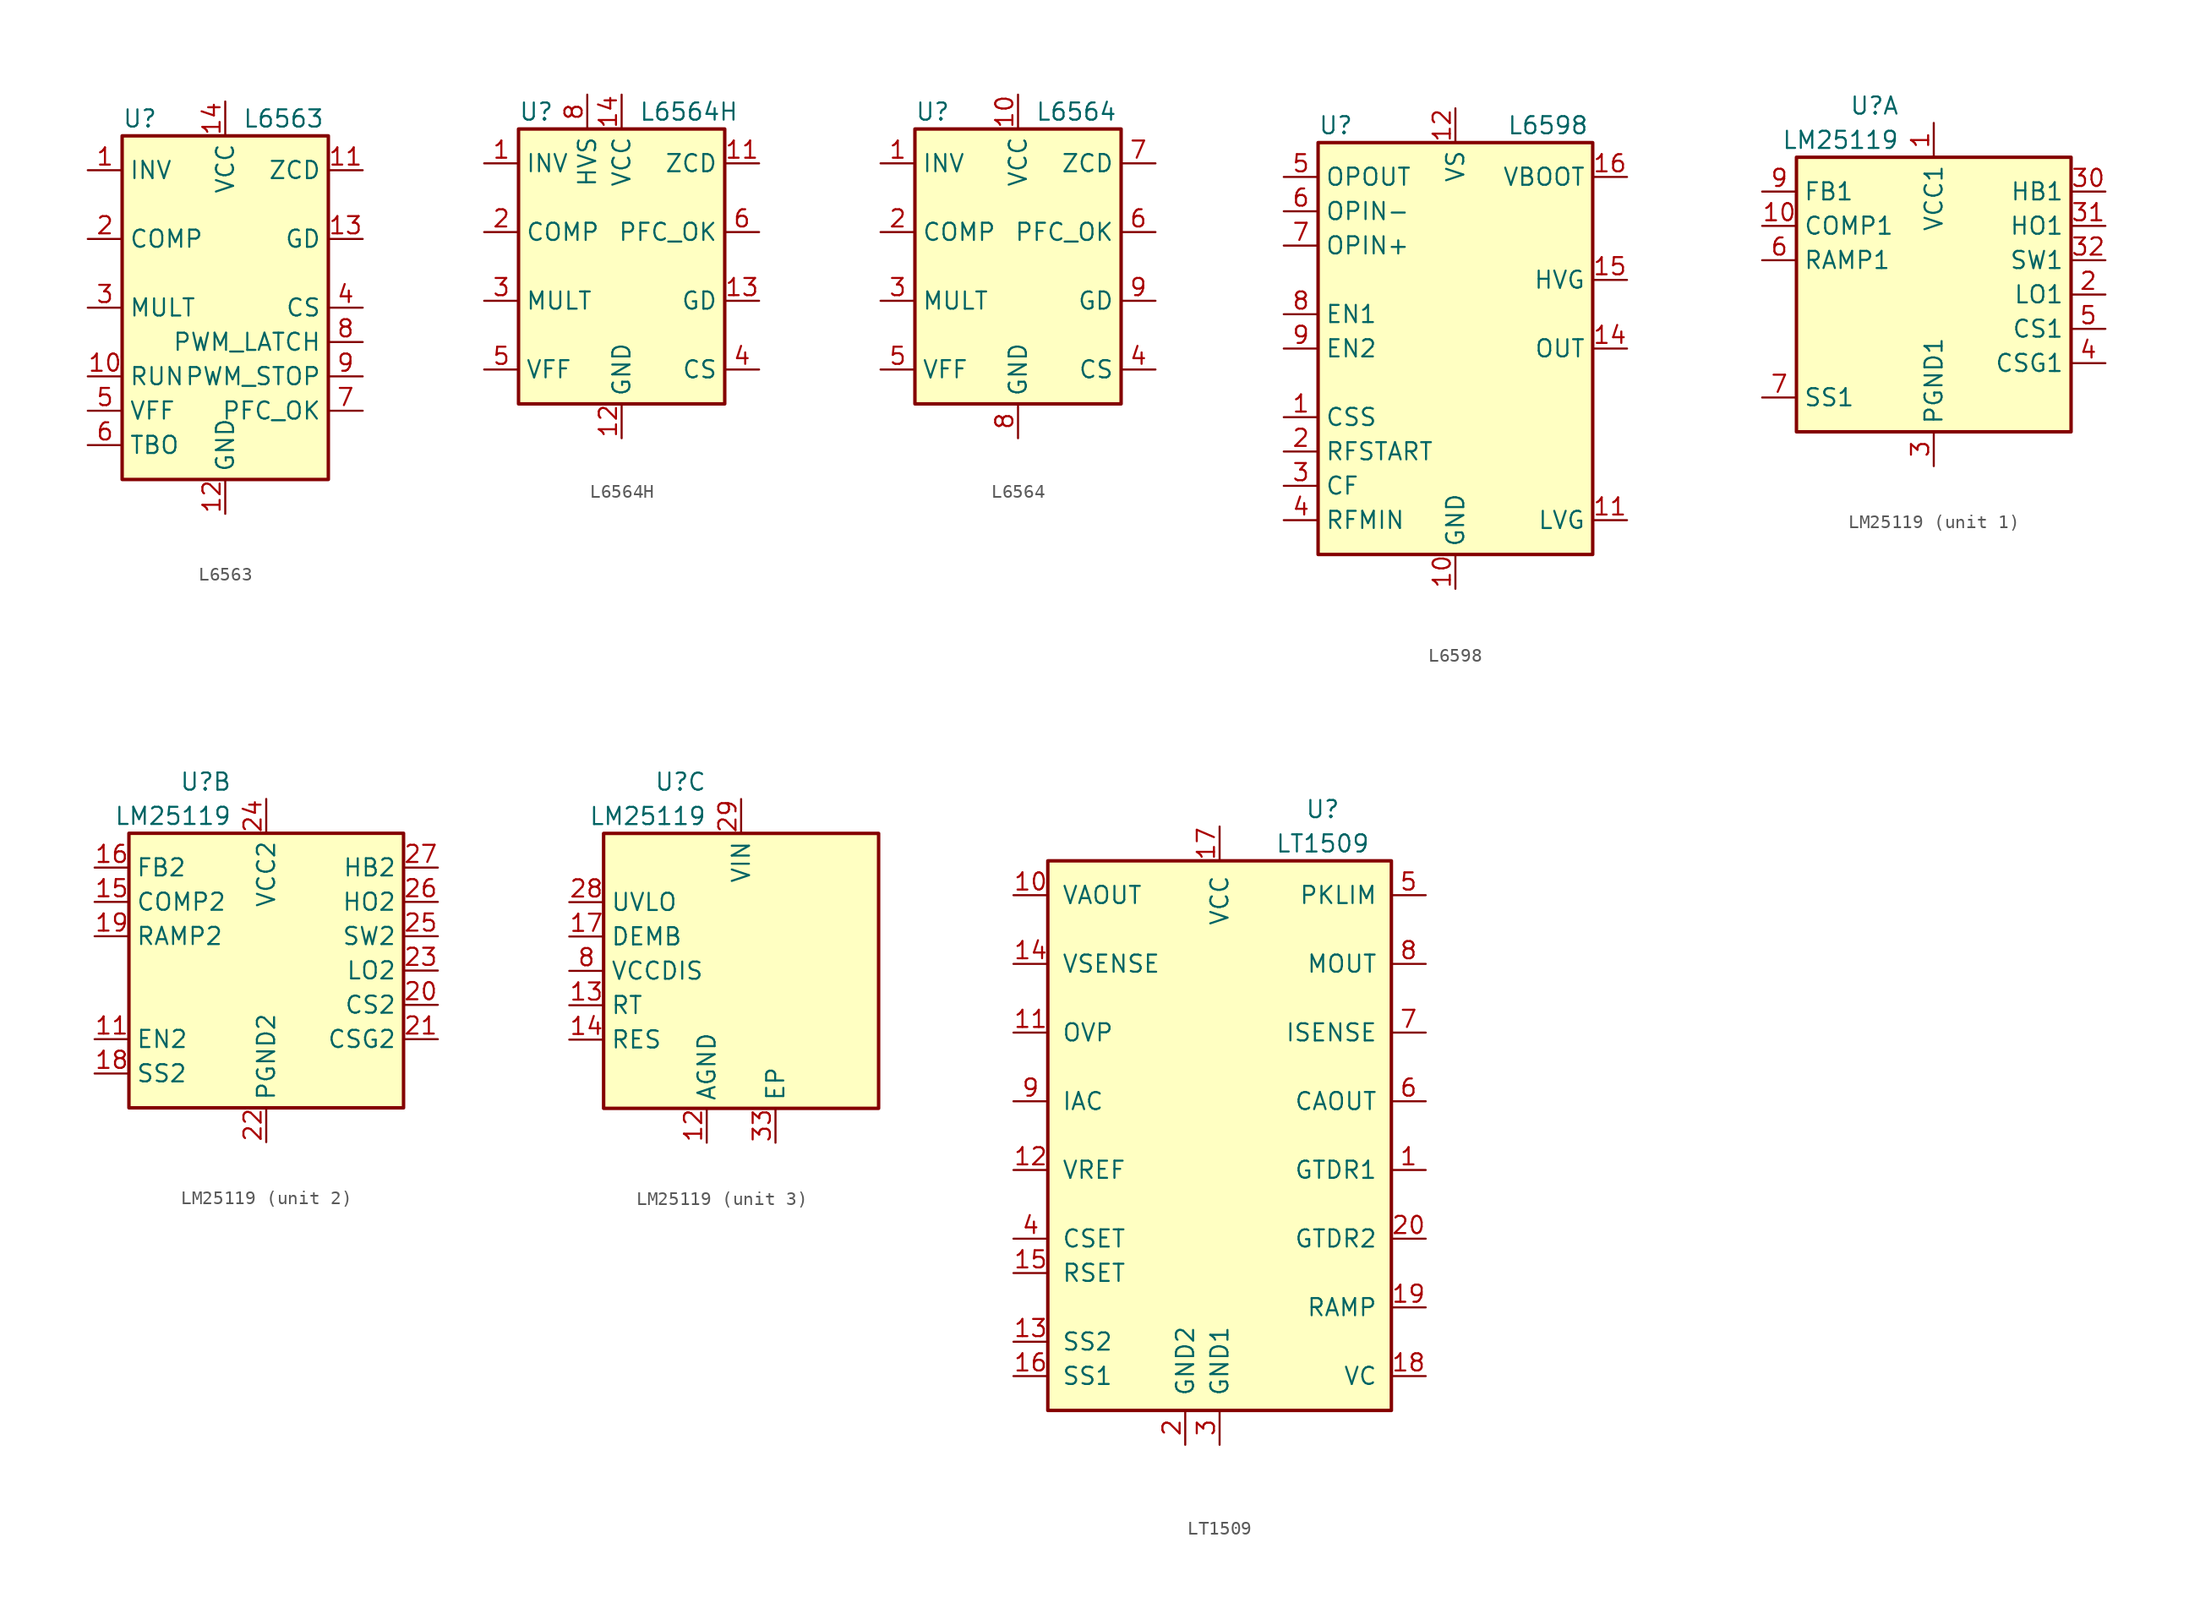
<source format=kicad_sym>
(kicad_symbol_lib
  (version 20201005)
  (generator kicad_symbol_editor)
  (symbol "L6563"
    (property "Reference" "U"
      (at -7.62 13.97 0)
      (effects (font (size 1.27 1.27)) (justify left)))
    (property "Value" "L6563"
      (at 1.27 13.97 0)
      (effects (font (size 1.27 1.27)) (justify left)))
    (symbol "L6563_0_0"
      (rectangle (start -7.62 12.7) (end 7.62 -12.7) (stroke (width 0.254)) (fill (type background))))
    (symbol "L6563_1_1"
      (pin input line (at -10.16 10.16 0) (length 2.54) (name "INV" (effects (font (size 1.27 1.27)))) (number "1" (effects (font (size 1.27 1.27)))))
      (pin input line (at -10.16 -5.08 0) (length 2.54) (name "RUN" (effects (font (size 1.27 1.27)))) (number "10" (effects (font (size 1.27 1.27)))))
      (pin input line (at 10.16 10.16 180) (length 2.54) (name "ZCD" (effects (font (size 1.27 1.27)))) (number "11" (effects (font (size 1.27 1.27)))))
      (pin power_in line (at 0 -15.24 90) (length 2.54) (name "GND" (effects (font (size 1.27 1.27)))) (number "12" (effects (font (size 1.27 1.27)))))
      (pin output line (at 10.16 5.08 180) (length 2.54) (name "GD" (effects (font (size 1.27 1.27)))) (number "13" (effects (font (size 1.27 1.27)))))
      (pin power_in line (at 0 15.24 270) (length 2.54) (name "VCC" (effects (font (size 1.27 1.27)))) (number "14" (effects (font (size 1.27 1.27)))))
      (pin output line (at -10.16 5.08 0) (length 2.54) (name "COMP" (effects (font (size 1.27 1.27)))) (number "2" (effects (font (size 1.27 1.27)))))
      (pin input line (at -10.16 0 0) (length 2.54) (name "MULT" (effects (font (size 1.27 1.27)))) (number "3" (effects (font (size 1.27 1.27)))))
      (pin input line (at 10.16 0 180) (length 2.54) (name "CS" (effects (font (size 1.27 1.27)))) (number "4" (effects (font (size 1.27 1.27)))))
      (pin passive line (at -10.16 -7.62 0) (length 2.54) (name "VFF" (effects (font (size 1.27 1.27)))) (number "5" (effects (font (size 1.27 1.27)))))
      (pin passive line (at -10.16 -10.16 0) (length 2.54) (name "TBO" (effects (font (size 1.27 1.27)))) (number "6" (effects (font (size 1.27 1.27)))))
      (pin input line (at 10.16 -7.62 180) (length 2.54) (name "PFC_OK" (effects (font (size 1.27 1.27)))) (number "7" (effects (font (size 1.27 1.27)))))
      (pin output line (at 10.16 -2.54 180) (length 2.54) (name "PWM_LATCH" (effects (font (size 1.27 1.27)))) (number "8" (effects (font (size 1.27 1.27)))))
      (pin output line (at 10.16 -5.08 180) (length 2.54) (name "PWM_STOP" (effects (font (size 1.27 1.27)))) (number "9" (effects (font (size 1.27 1.27)))))))
  (symbol "L6564H"
    (property "Reference" "U"
      (at -7.62 11.43 0)
      (effects (font (size 1.27 1.27)) (justify left)))
    (property "Value" "L6564H"
      (at 1.27 11.43 0)
      (effects (font (size 1.27 1.27)) (justify left)))
    (symbol "L6564H_0_0"
      (rectangle (start -7.62 10.16) (end 7.62 -10.16) (stroke (width 0.254)) (fill (type background))))
    (symbol "L6564H_1_1"
      (pin input line (at -10.16 7.62 0) (length 2.54) (name "INV" (effects (font (size 1.27 1.27)))) (number "1" (effects (font (size 1.27 1.27)))))
      (pin no_connect line (at -7.62 -5.08 0) (length 2.54) hide (name "NC" (effects (font (size 1.27 1.27)))) (number "10" (effects (font (size 1.27 1.27)))))
      (pin input line (at 10.16 7.62 180) (length 2.54) (name "ZCD" (effects (font (size 1.27 1.27)))) (number "11" (effects (font (size 1.27 1.27)))))
      (pin power_in line (at 0 -12.7 90) (length 2.54) (name "GND" (effects (font (size 1.27 1.27)))) (number "12" (effects (font (size 1.27 1.27)))))
      (pin output line (at 10.16 -2.54 180) (length 2.54) (name "GD" (effects (font (size 1.27 1.27)))) (number "13" (effects (font (size 1.27 1.27)))))
      (pin power_in line (at 0 12.7 270) (length 2.54) (name "VCC" (effects (font (size 1.27 1.27)))) (number "14" (effects (font (size 1.27 1.27)))))
      (pin output line (at -10.16 2.54 0) (length 2.54) (name "COMP" (effects (font (size 1.27 1.27)))) (number "2" (effects (font (size 1.27 1.27)))))
      (pin input line (at -10.16 -2.54 0) (length 2.54) (name "MULT" (effects (font (size 1.27 1.27)))) (number "3" (effects (font (size 1.27 1.27)))))
      (pin input line (at 10.16 -7.62 180) (length 2.54) (name "CS" (effects (font (size 1.27 1.27)))) (number "4" (effects (font (size 1.27 1.27)))))
      (pin passive line (at -10.16 -7.62 0) (length 2.54) (name "VFF" (effects (font (size 1.27 1.27)))) (number "5" (effects (font (size 1.27 1.27)))))
      (pin input line (at 10.16 2.54 180) (length 2.54) (name "PFC_OK" (effects (font (size 1.27 1.27)))) (number "6" (effects (font (size 1.27 1.27)))))
      (pin no_connect line (at -7.62 5.08 0) (length 2.54) hide (name "NC" (effects (font (size 1.27 1.27)))) (number "7" (effects (font (size 1.27 1.27)))))
      (pin input line (at -2.54 12.7 270) (length 2.54) (name "HVS" (effects (font (size 1.27 1.27)))) (number "8" (effects (font (size 1.27 1.27)))))
      (pin no_connect line (at -7.62 0 0) (length 2.54) hide (name "NC" (effects (font (size 1.27 1.27)))) (number "9" (effects (font (size 1.27 1.27)))))))
  (symbol "L6564"
    (property "Reference" "U"
      (at -7.62 11.43 0)
      (effects (font (size 1.27 1.27)) (justify left)))
    (property "Value" "L6564"
      (at 1.27 11.43 0)
      (effects (font (size 1.27 1.27)) (justify left)))
    (symbol "L6564_0_0"
      (rectangle (start -7.62 10.16) (end 7.62 -10.16) (stroke (width 0.254)) (fill (type background))))
    (symbol "L6564_1_1"
      (pin input line (at -10.16 7.62 0) (length 2.54) (name "INV" (effects (font (size 1.27 1.27)))) (number "1" (effects (font (size 1.27 1.27)))))
      (pin power_in line (at 0 12.7 270) (length 2.54) (name "VCC" (effects (font (size 1.27 1.27)))) (number "10" (effects (font (size 1.27 1.27)))))
      (pin output line (at -10.16 2.54 0) (length 2.54) (name "COMP" (effects (font (size 1.27 1.27)))) (number "2" (effects (font (size 1.27 1.27)))))
      (pin input line (at -10.16 -2.54 0) (length 2.54) (name "MULT" (effects (font (size 1.27 1.27)))) (number "3" (effects (font (size 1.27 1.27)))))
      (pin input line (at 10.16 -7.62 180) (length 2.54) (name "CS" (effects (font (size 1.27 1.27)))) (number "4" (effects (font (size 1.27 1.27)))))
      (pin passive line (at -10.16 -7.62 0) (length 2.54) (name "VFF" (effects (font (size 1.27 1.27)))) (number "5" (effects (font (size 1.27 1.27)))))
      (pin input line (at 10.16 2.54 180) (length 2.54) (name "PFC_OK" (effects (font (size 1.27 1.27)))) (number "6" (effects (font (size 1.27 1.27)))))
      (pin input line (at 10.16 7.62 180) (length 2.54) (name "ZCD" (effects (font (size 1.27 1.27)))) (number "7" (effects (font (size 1.27 1.27)))))
      (pin power_in line (at 0 -12.7 90) (length 2.54) (name "GND" (effects (font (size 1.27 1.27)))) (number "8" (effects (font (size 1.27 1.27)))))
      (pin output line (at 10.16 -2.54 180) (length 2.54) (name "GD" (effects (font (size 1.27 1.27)))) (number "9" (effects (font (size 1.27 1.27)))))))
  (symbol "L6598"
    (property "Reference" "U"
      (at -10.16 16.51 0)
      (effects (font (size 1.27 1.27)) (justify left)))
    (property "Value" "L6598"
      (at 3.81 16.51 0)
      (effects (font (size 1.27 1.27)) (justify left)))
    (symbol "L6598_0_0"
      (rectangle (start -10.16 15.24) (end 10.16 -15.24) (stroke (width 0.254)) (fill (type background))))
    (symbol "L6598_1_1"
      (pin passive line (at -12.7 -5.08 0) (length 2.54) (name "CSS" (effects (font (size 1.27 1.27)))) (number "1" (effects (font (size 1.27 1.27)))))
      (pin power_in line (at 0 -17.78 90) (length 2.54) (name "GND" (effects (font (size 1.27 1.27)))) (number "10" (effects (font (size 1.27 1.27)))))
      (pin output line (at 12.7 -12.7 180) (length 2.54) (name "LVG" (effects (font (size 1.27 1.27)))) (number "11" (effects (font (size 1.27 1.27)))))
      (pin power_in line (at 0 17.78 270) (length 2.54) (name "VS" (effects (font (size 1.27 1.27)))) (number "12" (effects (font (size 1.27 1.27)))))
      (pin no_connect line (at 10.16 10.16 180) (length 2.54) hide (name "NC" (effects (font (size 1.27 1.27)))) (number "13" (effects (font (size 1.27 1.27)))))
      (pin input line (at 12.7 0 180) (length 2.54) (name "OUT" (effects (font (size 1.27 1.27)))) (number "14" (effects (font (size 1.27 1.27)))))
      (pin output line (at 12.7 5.08 180) (length 2.54) (name "HVG" (effects (font (size 1.27 1.27)))) (number "15" (effects (font (size 1.27 1.27)))))
      (pin input line (at 12.7 12.7 180) (length 2.54) (name "VBOOT" (effects (font (size 1.27 1.27)))) (number "16" (effects (font (size 1.27 1.27)))))
      (pin passive line (at -12.7 -7.62 0) (length 2.54) (name "RFSTART" (effects (font (size 1.27 1.27)))) (number "2" (effects (font (size 1.27 1.27)))))
      (pin passive line (at -12.7 -10.16 0) (length 2.54) (name "CF" (effects (font (size 1.27 1.27)))) (number "3" (effects (font (size 1.27 1.27)))))
      (pin passive line (at -12.7 -12.7 0) (length 2.54) (name "RFMIN" (effects (font (size 1.27 1.27)))) (number "4" (effects (font (size 1.27 1.27)))))
      (pin output line (at -12.7 12.7 0) (length 2.54) (name "OPOUT" (effects (font (size 1.27 1.27)))) (number "5" (effects (font (size 1.27 1.27)))))
      (pin input line (at -12.7 10.16 0) (length 2.54) (name "OPIN-" (effects (font (size 1.27 1.27)))) (number "6" (effects (font (size 1.27 1.27)))))
      (pin input line (at -12.7 7.62 0) (length 2.54) (name "OPIN+" (effects (font (size 1.27 1.27)))) (number "7" (effects (font (size 1.27 1.27)))))
      (pin input line (at -12.7 2.54 0) (length 2.54) (name "EN1" (effects (font (size 1.27 1.27)))) (number "8" (effects (font (size 1.27 1.27)))))
      (pin input line (at -12.7 0 0) (length 2.54) (name "EN2" (effects (font (size 1.27 1.27)))) (number "9" (effects (font (size 1.27 1.27)))))))
  (symbol "LM25119"
    (property "Reference" "U"
      (at -2.54 13.97 0)
      (effects (font (size 1.27 1.27)) (justify right)))
    (property "Value" "LM25119"
      (at -2.54 11.43 0)
      (effects (font (size 1.27 1.27)) (justify right)))
    (property "ki_locked" ""
      (at 0 0 0)
      (effects (font (size 1.27 1.27))))
    (symbol "LM25119_0_1"
      (rectangle (start -10.16 10.16) (end 10.16 -10.16) (stroke (width 0.254)) (fill (type background))))
    (symbol "LM25119_1_1"
      (pin power_in line (at 0 12.7 270) (length 2.54) (name "VCC1" (effects (font (size 1.27 1.27)))) (number "1" (effects (font (size 1.27 1.27)))))
      (pin output line (at -12.7 5.08 0) (length 2.54) (name "COMP1" (effects (font (size 1.27 1.27)))) (number "10" (effects (font (size 1.27 1.27)))))
      (pin output line (at 12.7 0 180) (length 2.54) (name "LO1" (effects (font (size 1.27 1.27)))) (number "2" (effects (font (size 1.27 1.27)))))
      (pin power_in line (at 0 -12.7 90) (length 2.54) (name "PGND1" (effects (font (size 1.27 1.27)))) (number "3" (effects (font (size 1.27 1.27)))))
      (pin power_in line (at 12.7 7.62 180) (length 2.54) (name "HB1" (effects (font (size 1.27 1.27)))) (number "30" (effects (font (size 1.27 1.27)))))
      (pin output line (at 12.7 5.08 180) (length 2.54) (name "HO1" (effects (font (size 1.27 1.27)))) (number "31" (effects (font (size 1.27 1.27)))))
      (pin bidirectional line (at 12.7 2.54 180) (length 2.54) (name "SW1" (effects (font (size 1.27 1.27)))) (number "32" (effects (font (size 1.27 1.27)))))
      (pin input line (at 12.7 -5.08 180) (length 2.54) (name "CSG1" (effects (font (size 1.27 1.27)))) (number "4" (effects (font (size 1.27 1.27)))))
      (pin input line (at 12.7 -2.54 180) (length 2.54) (name "CS1" (effects (font (size 1.27 1.27)))) (number "5" (effects (font (size 1.27 1.27)))))
      (pin input line (at -12.7 2.54 0) (length 2.54) (name "RAMP1" (effects (font (size 1.27 1.27)))) (number "6" (effects (font (size 1.27 1.27)))))
      (pin input line (at -12.7 -7.62 0) (length 2.54) (name "SS1" (effects (font (size 1.27 1.27)))) (number "7" (effects (font (size 1.27 1.27)))))
      (pin input line (at -12.7 7.62 0) (length 2.54) (name "FB1" (effects (font (size 1.27 1.27)))) (number "9" (effects (font (size 1.27 1.27))))))
    (symbol "LM25119_2_1"
      (pin input line (at -12.7 -5.08 0) (length 2.54) (name "EN2" (effects (font (size 1.27 1.27)))) (number "11" (effects (font (size 1.27 1.27)))))
      (pin output line (at -12.7 5.08 0) (length 2.54) (name "COMP2" (effects (font (size 1.27 1.27)))) (number "15" (effects (font (size 1.27 1.27)))))
      (pin input line (at -12.7 7.62 0) (length 2.54) (name "FB2" (effects (font (size 1.27 1.27)))) (number "16" (effects (font (size 1.27 1.27)))))
      (pin input line (at -12.7 -7.62 0) (length 2.54) (name "SS2" (effects (font (size 1.27 1.27)))) (number "18" (effects (font (size 1.27 1.27)))))
      (pin input line (at -12.7 2.54 0) (length 2.54) (name "RAMP2" (effects (font (size 1.27 1.27)))) (number "19" (effects (font (size 1.27 1.27)))))
      (pin input line (at 12.7 -2.54 180) (length 2.54) (name "CS2" (effects (font (size 1.27 1.27)))) (number "20" (effects (font (size 1.27 1.27)))))
      (pin input line (at 12.7 -5.08 180) (length 2.54) (name "CSG2" (effects (font (size 1.27 1.27)))) (number "21" (effects (font (size 1.27 1.27)))))
      (pin power_in line (at 0 -12.7 90) (length 2.54) (name "PGND2" (effects (font (size 1.27 1.27)))) (number "22" (effects (font (size 1.27 1.27)))))
      (pin output line (at 12.7 0 180) (length 2.54) (name "LO2" (effects (font (size 1.27 1.27)))) (number "23" (effects (font (size 1.27 1.27)))))
      (pin power_in line (at 0 12.7 270) (length 2.54) (name "VCC2" (effects (font (size 1.27 1.27)))) (number "24" (effects (font (size 1.27 1.27)))))
      (pin bidirectional line (at 12.7 2.54 180) (length 2.54) (name "SW2" (effects (font (size 1.27 1.27)))) (number "25" (effects (font (size 1.27 1.27)))))
      (pin output line (at 12.7 5.08 180) (length 2.54) (name "HO2" (effects (font (size 1.27 1.27)))) (number "26" (effects (font (size 1.27 1.27)))))
      (pin power_in line (at 12.7 7.62 180) (length 2.54) (name "HB2" (effects (font (size 1.27 1.27)))) (number "27" (effects (font (size 1.27 1.27))))))
    (symbol "LM25119_3_1"
      (pin power_in line (at -2.54 -12.7 90) (length 2.54) (name "AGND" (effects (font (size 1.27 1.27)))) (number "12" (effects (font (size 1.27 1.27)))))
      (pin input line (at -12.7 -2.54 0) (length 2.54) (name "RT" (effects (font (size 1.27 1.27)))) (number "13" (effects (font (size 1.27 1.27)))))
      (pin output line (at -12.7 -5.08 0) (length 2.54) (name "RES" (effects (font (size 1.27 1.27)))) (number "14" (effects (font (size 1.27 1.27)))))
      (pin input line (at -12.7 2.54 0) (length 2.54) (name "DEMB" (effects (font (size 1.27 1.27)))) (number "17" (effects (font (size 1.27 1.27)))))
      (pin input line (at -12.7 5.08 0) (length 2.54) (name "UVLO" (effects (font (size 1.27 1.27)))) (number "28" (effects (font (size 1.27 1.27)))))
      (pin power_in line (at 0 12.7 270) (length 2.54) (name "VIN" (effects (font (size 1.27 1.27)))) (number "29" (effects (font (size 1.27 1.27)))))
      (pin unspecified line (at 2.54 -12.7 90) (length 2.54) (name "EP" (effects (font (size 1.27 1.27)))) (number "33" (effects (font (size 1.27 1.27)))))
      (pin input line (at -12.7 0 0) (length 2.54) (name "VCCDIS" (effects (font (size 1.27 1.27)))) (number "8" (effects (font (size 1.27 1.27)))))))
  (symbol "LT1509"
    (pin_names
      (offset 1.016))
    (property "Reference" "U"
      (at 7.62 24.13 0)
      (effects (font (size 1.27 1.27))))
    (property "Value" "LT1509"
      (at 7.62 21.59 0)
      (effects (font (size 1.27 1.27))))
    (symbol "LT1509_0_1"
      (rectangle (start -12.7 20.32) (end 12.7 -20.32) (stroke (width 0.254)) (fill (type background))))
    (symbol "LT1509_1_1"
      (pin output line (at 15.24 -2.54 180) (length 2.54) (name "GTDR1" (effects (font (size 1.27 1.27)))) (number "1" (effects (font (size 1.27 1.27)))))
      (pin output line (at -15.24 17.78 0) (length 2.54) (name "VAOUT" (effects (font (size 1.27 1.27)))) (number "10" (effects (font (size 1.27 1.27)))))
      (pin input line (at -15.24 7.62 0) (length 2.54) (name "OVP" (effects (font (size 1.27 1.27)))) (number "11" (effects (font (size 1.27 1.27)))))
      (pin power_out line (at -15.24 -2.54 0) (length 2.54) (name "VREF" (effects (font (size 1.27 1.27)))) (number "12" (effects (font (size 1.27 1.27)))))
      (pin passive line (at -15.24 -15.24 0) (length 2.54) (name "SS2" (effects (font (size 1.27 1.27)))) (number "13" (effects (font (size 1.27 1.27)))))
      (pin input line (at -15.24 12.7 0) (length 2.54) (name "VSENSE" (effects (font (size 1.27 1.27)))) (number "14" (effects (font (size 1.27 1.27)))))
      (pin passive line (at -15.24 -10.16 0) (length 2.54) (name "RSET" (effects (font (size 1.27 1.27)))) (number "15" (effects (font (size 1.27 1.27)))))
      (pin passive line (at -15.24 -17.78 0) (length 2.54) (name "SS1" (effects (font (size 1.27 1.27)))) (number "16" (effects (font (size 1.27 1.27)))))
      (pin power_in line (at 0 22.86 270) (length 2.54) (name "VCC" (effects (font (size 1.27 1.27)))) (number "17" (effects (font (size 1.27 1.27)))))
      (pin input line (at 15.24 -17.78 180) (length 2.54) (name "VC" (effects (font (size 1.27 1.27)))) (number "18" (effects (font (size 1.27 1.27)))))
      (pin input line (at 15.24 -12.7 180) (length 2.54) (name "RAMP" (effects (font (size 1.27 1.27)))) (number "19" (effects (font (size 1.27 1.27)))))
      (pin power_in line (at -2.54 -22.86 90) (length 2.54) (name "GND2" (effects (font (size 1.27 1.27)))) (number "2" (effects (font (size 1.27 1.27)))))
      (pin output line (at 15.24 -7.62 180) (length 2.54) (name "GTDR2" (effects (font (size 1.27 1.27)))) (number "20" (effects (font (size 1.27 1.27)))))
      (pin power_in line (at 0 -22.86 90) (length 2.54) (name "GND1" (effects (font (size 1.27 1.27)))) (number "3" (effects (font (size 1.27 1.27)))))
      (pin passive line (at -15.24 -7.62 0) (length 2.54) (name "CSET" (effects (font (size 1.27 1.27)))) (number "4" (effects (font (size 1.27 1.27)))))
      (pin input line (at 15.24 17.78 180) (length 2.54) (name "PKLIM" (effects (font (size 1.27 1.27)))) (number "5" (effects (font (size 1.27 1.27)))))
      (pin output line (at 15.24 2.54 180) (length 2.54) (name "CAOUT" (effects (font (size 1.27 1.27)))) (number "6" (effects (font (size 1.27 1.27)))))
      (pin input line (at 15.24 7.62 180) (length 2.54) (name "ISENSE" (effects (font (size 1.27 1.27)))) (number "7" (effects (font (size 1.27 1.27)))))
      (pin input line (at 15.24 12.7 180) (length 2.54) (name "MOUT" (effects (font (size 1.27 1.27)))) (number "8" (effects (font (size 1.27 1.27)))))
      (pin input line (at -15.24 2.54 0) (length 2.54) (name "IAC" (effects (font (size 1.27 1.27)))) (number "9" (effects (font (size 1.27 1.27))))))))
</source>
